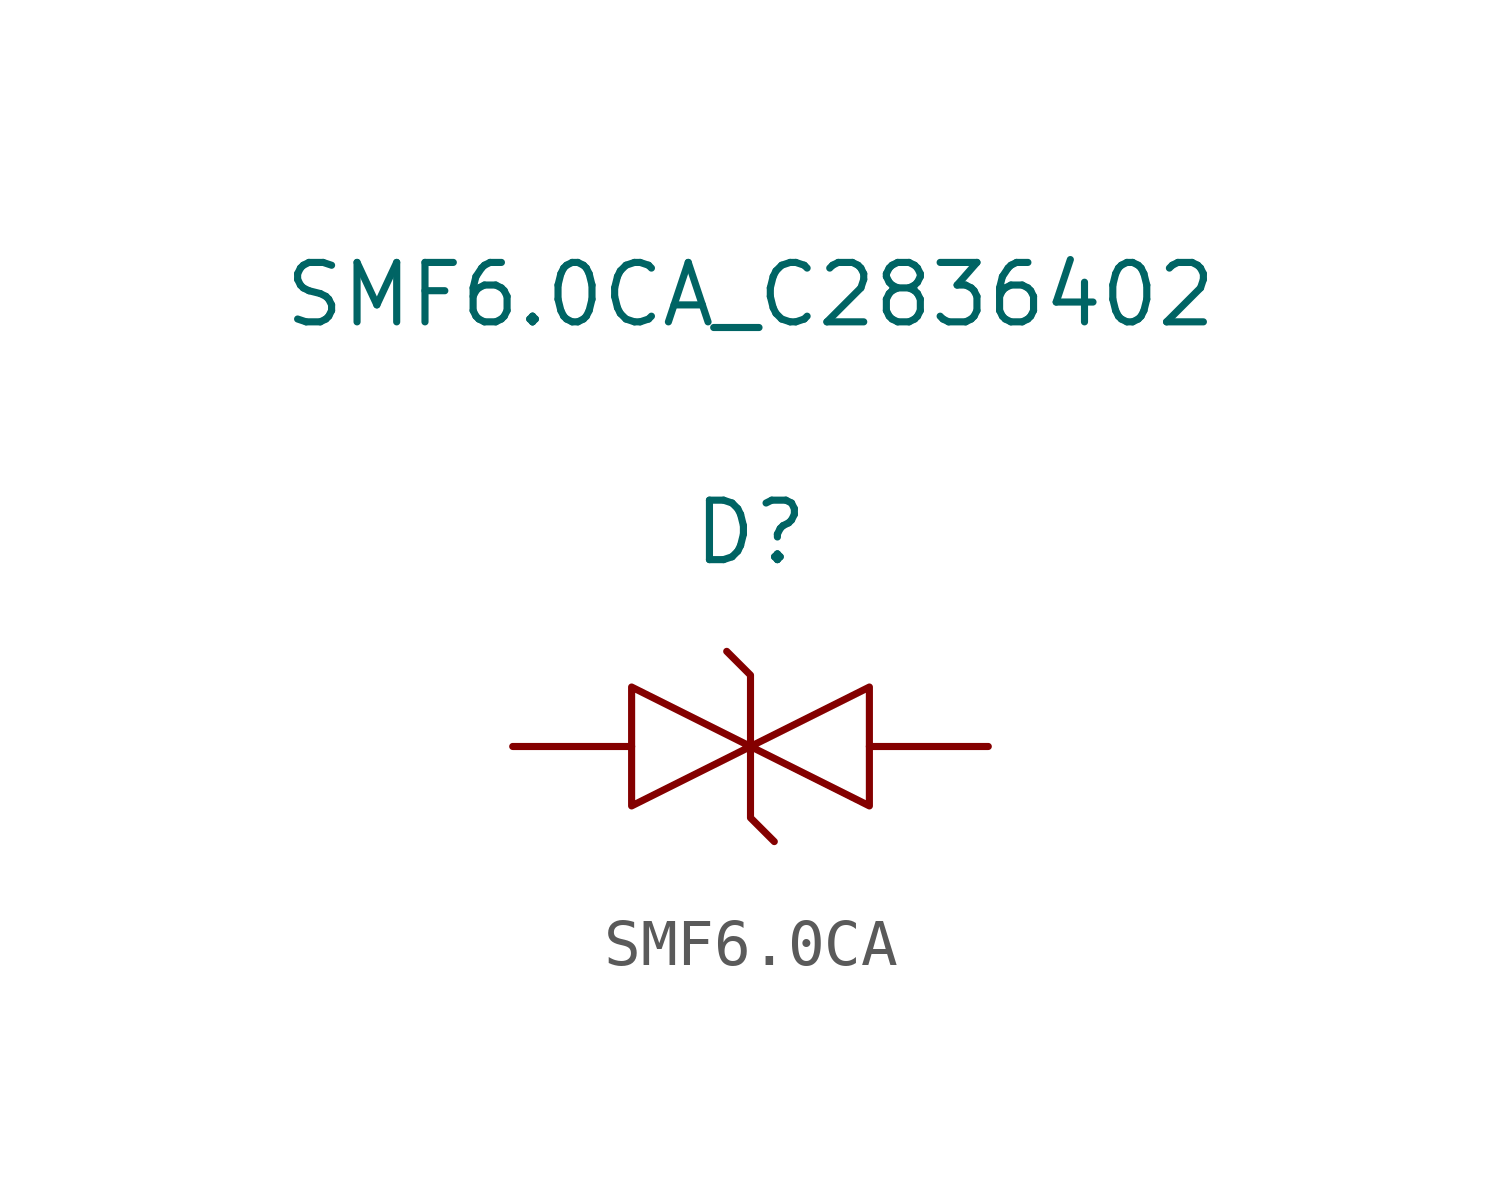
<source format=kicad_sym>
(kicad_symbol_lib
  (version 20241209)
  (generator "kicad_symbol_editor")
  (generator_version "9.0")
  (symbol "SMF6.0CA"
    (pin_numbers
      (hide yes))
    (pin_names
      (offset 1.016)
      (hide yes))
    (property "Reference" "D"
      (at 0 4.572 0)
      (effects (font (size 1.27 1.27))))
    (property "Value" "SMF6.0CA_C2836402"
      (at 0 9.652 0)
      (effects (font (size 1.27 1.27))))
    (symbol "SMF6.0CA_1_1"
      (polyline (pts (xy -2.54 1.27) (xy 0 0) (xy -2.54 -1.27) (xy -2.54 1.27)) (stroke (width 0.152) (type solid)) (fill (type none)))
      (polyline (pts (xy -0.508 2.032) (xy -0.508 2.032) (xy 0 1.524) (xy 0 -1.524) (xy 0.254 -1.778) (xy 0.508 -2.032)) (stroke (width 0.152) (type solid)) (fill (type none)))
      (polyline (pts (xy 2.54 1.27) (xy 0 0) (xy 2.54 -1.27) (xy 2.54 1.27)) (stroke (width 0.152) (type solid)) (fill (type none)))
      (pin passive line (at -5.08 0 0) (length 2.54) (name "1" (effects (font (size 1.27 1.27)))) (number "1" (effects (font (size 1.27 1.27)))))
      (pin passive line (at 5.08 0 180) (length 2.54) (name "2" (effects (font (size 1.27 1.27)))) (number "2" (effects (font (size 1.27 1.27))))))))
</source>
